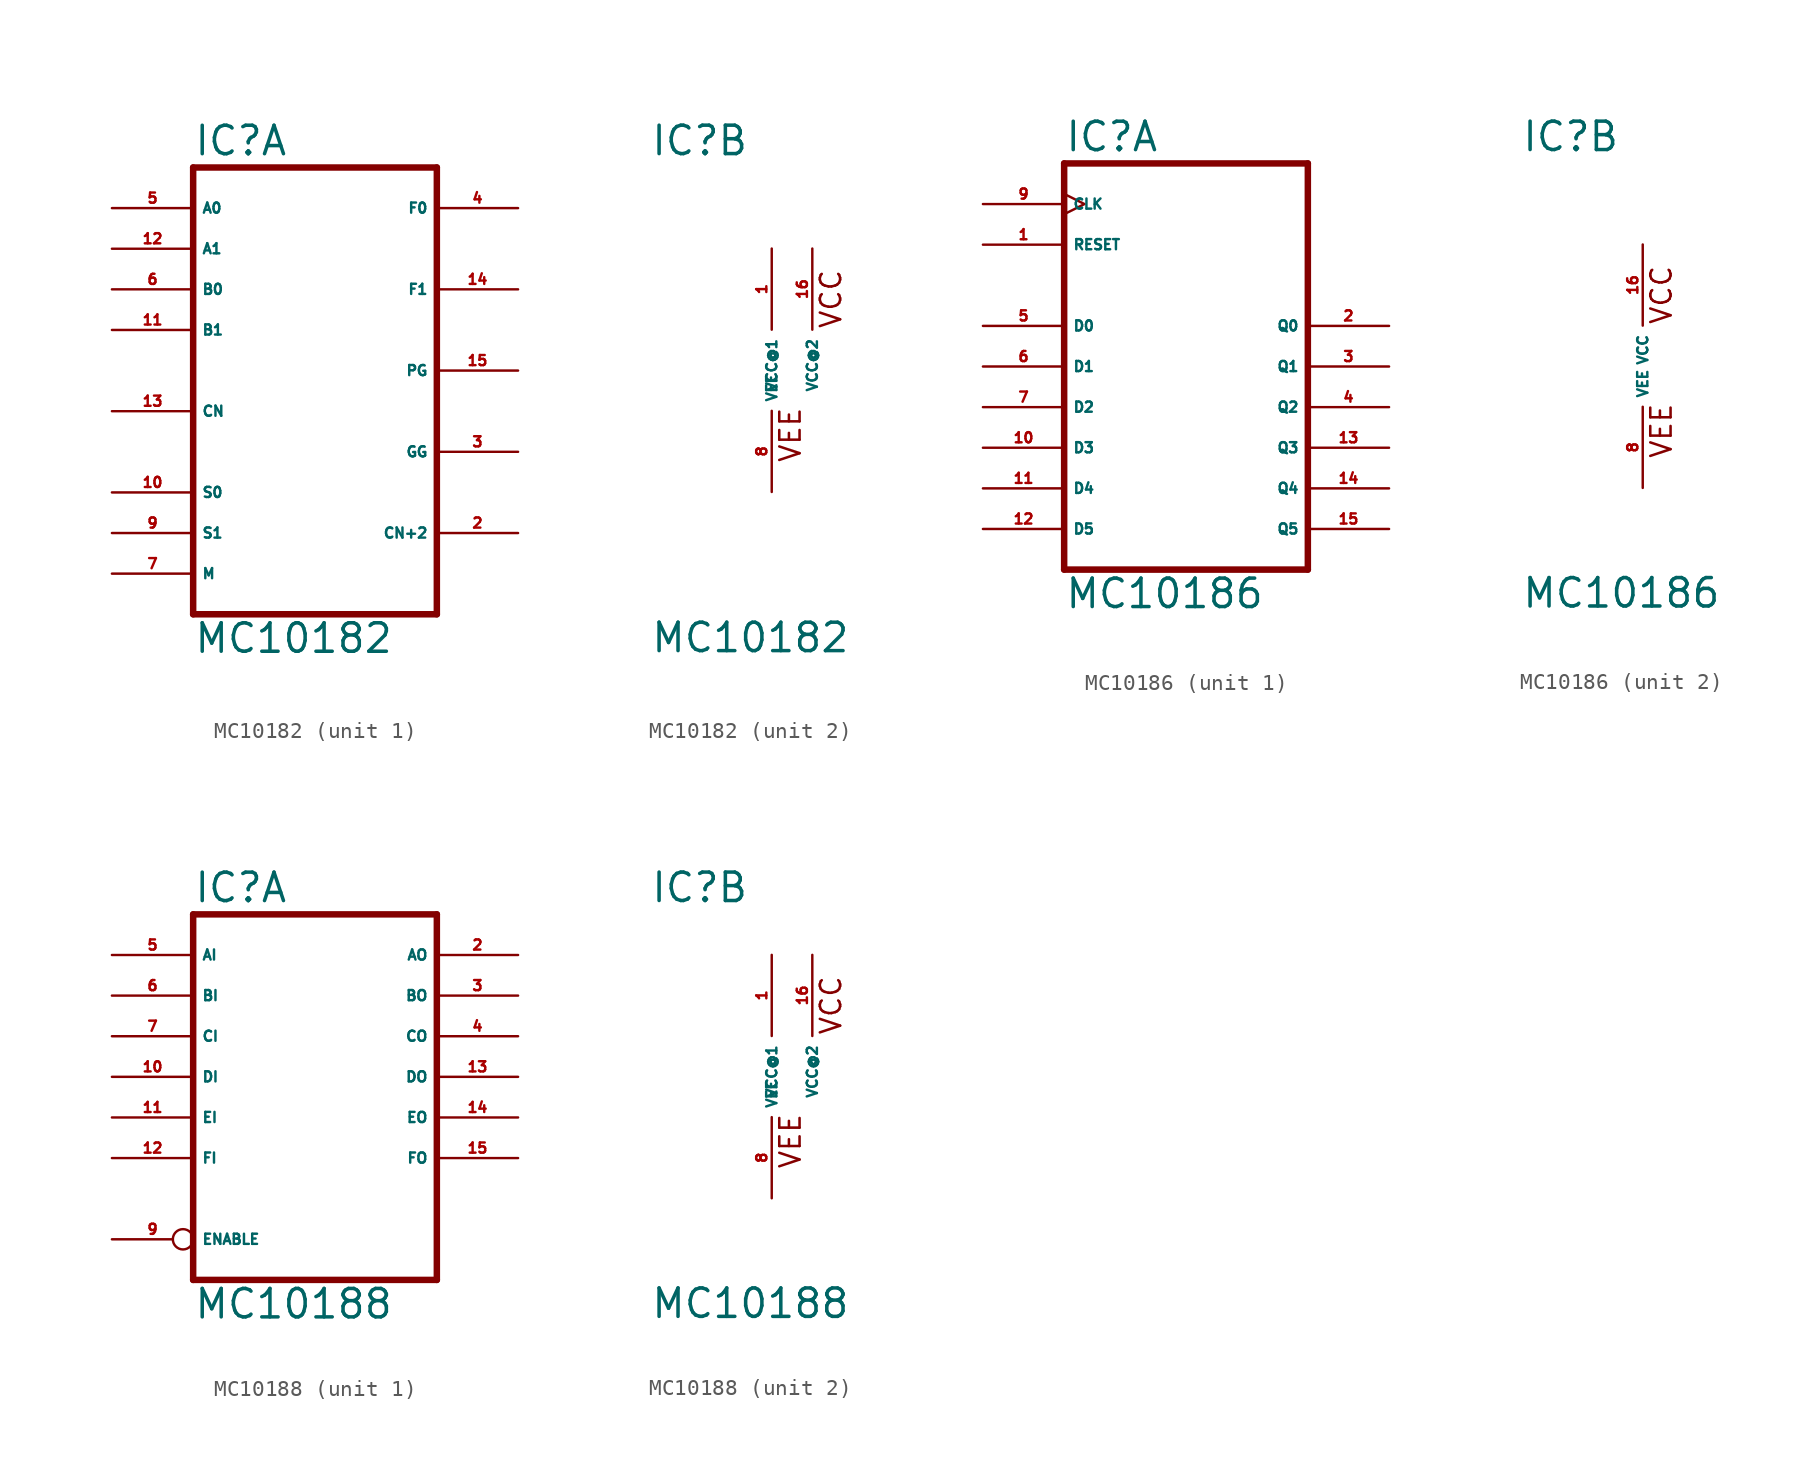
<source format=kicad_sym>
(kicad_symbol_lib
  (version 20220914)
  (generator Eagle2Kicad)
  (symbol "MC10182"
    (property "Reference" "IC"
      (at -7.62 13.335 0)
      (effects (font (size 1.778 1.778) (thickness 0.22)) (justify left bottom)))
    (property "Value" "MC10182"
      (at -7.62 -17.78 0)
      (effects (font (size 1.778 1.778) (thickness 0.22)) (justify left bottom)))
    (symbol "MC10182_1_0"
      (polyline (pts (xy -7.62 -15.24) (xy 7.62 -15.24)) (stroke (width 0.406) (type default)) (fill (type none)))
      (polyline (pts (xy 7.62 -15.24) (xy 7.62 12.7)) (stroke (width 0.406) (type default)) (fill (type none)))
      (polyline (pts (xy 7.62 12.7) (xy -7.62 12.7)) (stroke (width 0.406) (type default)) (fill (type none)))
      (polyline (pts (xy -7.62 12.7) (xy -7.62 -15.24)) (stroke (width 0.406) (type default)) (fill (type none)))
      (pin output line (at 12.7 -10.16 180) (length 5.08) (name "CN+2" (effects (font (size 0.635 0.635) (thickness 0.08)) (justify left bottom))) (number "2" (effects (font (size 0.635 0.635) (thickness 0.08)) (justify left bottom))))
      (pin output line (at 12.7 -5.08 180) (length 5.08) (name "GG" (effects (font (size 0.635 0.635) (thickness 0.08)) (justify left bottom))) (number "3" (effects (font (size 0.635 0.635) (thickness 0.08)) (justify left bottom))))
      (pin output line (at 12.7 10.16 180) (length 5.08) (name "F0" (effects (font (size 0.635 0.635) (thickness 0.08)) (justify left bottom))) (number "4" (effects (font (size 0.635 0.635) (thickness 0.08)) (justify left bottom))))
      (pin input line (at -12.7 10.16 0) (length 5.08) (name "A0" (effects (font (size 0.635 0.635) (thickness 0.08)) (justify left bottom))) (number "5" (effects (font (size 0.635 0.635) (thickness 0.08)) (justify left bottom))))
      (pin input line (at -12.7 5.08 0) (length 5.08) (name "B0" (effects (font (size 0.635 0.635) (thickness 0.08)) (justify left bottom))) (number "6" (effects (font (size 0.635 0.635) (thickness 0.08)) (justify left bottom))))
      (pin input line (at -12.7 -12.7 0) (length 5.08) (name "M" (effects (font (size 0.635 0.635) (thickness 0.08)) (justify left bottom))) (number "7" (effects (font (size 0.635 0.635) (thickness 0.08)) (justify left bottom))))
      (pin input line (at -12.7 -10.16 0) (length 5.08) (name "S1" (effects (font (size 0.635 0.635) (thickness 0.08)) (justify left bottom))) (number "9" (effects (font (size 0.635 0.635) (thickness 0.08)) (justify left bottom))))
      (pin input line (at -12.7 -7.62 0) (length 5.08) (name "S0" (effects (font (size 0.635 0.635) (thickness 0.08)) (justify left bottom))) (number "10" (effects (font (size 0.635 0.635) (thickness 0.08)) (justify left bottom))))
      (pin input line (at -12.7 2.54 0) (length 5.08) (name "B1" (effects (font (size 0.635 0.635) (thickness 0.08)) (justify left bottom))) (number "11" (effects (font (size 0.635 0.635) (thickness 0.08)) (justify left bottom))))
      (pin input line (at -12.7 7.62 0) (length 5.08) (name "A1" (effects (font (size 0.635 0.635) (thickness 0.08)) (justify left bottom))) (number "12" (effects (font (size 0.635 0.635) (thickness 0.08)) (justify left bottom))))
      (pin input line (at -12.7 -2.54 0) (length 5.08) (name "CN" (effects (font (size 0.635 0.635) (thickness 0.08)) (justify left bottom))) (number "13" (effects (font (size 0.635 0.635) (thickness 0.08)) (justify left bottom))))
      (pin output line (at 12.7 5.08 180) (length 5.08) (name "F1" (effects (font (size 0.635 0.635) (thickness 0.08)) (justify left bottom))) (number "14" (effects (font (size 0.635 0.635) (thickness 0.08)) (justify left bottom))))
      (pin output line (at 12.7 0 180) (length 5.08) (name "PG" (effects (font (size 0.635 0.635) (thickness 0.08)) (justify left bottom))) (number "15" (effects (font (size 0.635 0.635) (thickness 0.08)) (justify left bottom)))))
    (symbol "MC10182_2_0"
      (text "VCC" (at 4.445 2.54 900) (effects (font (size 1.27 1.27) (thickness 0.16)) (justify left bottom)))
      (text "VEE" (at 1.905 -5.842 900) (effects (font (size 1.27 1.27) (thickness 0.16)) (justify left bottom)))
      (pin unspecified line (at 0 -7.62 90) (length 5.08) (name "VEE" (effects (font (size 0.635 0.635) (thickness 0.08)) (justify left bottom))) (number "8" (effects (font (size 0.635 0.635) (thickness 0.08)) (justify left bottom))))
      (pin unspecified line (at 0 7.62 270) (length 5.08) (name "VCC@1" (effects (font (size 0.635 0.635) (thickness 0.08)) (justify left bottom))) (number "1" (effects (font (size 0.635 0.635) (thickness 0.08)) (justify left bottom))))
      (pin unspecified line (at 2.54 7.62 270) (length 5.08) (name "VCC@2" (effects (font (size 0.635 0.635) (thickness 0.08)) (justify left bottom))) (number "16" (effects (font (size 0.635 0.635) (thickness 0.08)) (justify left bottom))))))
  (symbol "MC10186"
    (property "Reference" "IC"
      (at -7.62 13.335 0)
      (effects (font (size 1.778 1.778) (thickness 0.22)) (justify left bottom)))
    (property "Value" "MC10186"
      (at -7.62 -15.24 0)
      (effects (font (size 1.778 1.778) (thickness 0.22)) (justify left bottom)))
    (symbol "MC10186_1_0"
      (polyline (pts (xy -7.62 -12.7) (xy 7.62 -12.7)) (stroke (width 0.406) (type default)) (fill (type none)))
      (polyline (pts (xy 7.62 -12.7) (xy 7.62 12.7)) (stroke (width 0.406) (type default)) (fill (type none)))
      (polyline (pts (xy 7.62 12.7) (xy -7.62 12.7)) (stroke (width 0.406) (type default)) (fill (type none)))
      (polyline (pts (xy -7.62 12.7) (xy -7.62 -12.7)) (stroke (width 0.406) (type default)) (fill (type none)))
      (pin input line (at -12.7 7.62 0) (length 5.08) (name "RESET" (effects (font (size 0.635 0.635) (thickness 0.08)) (justify left bottom))) (number "1" (effects (font (size 0.635 0.635) (thickness 0.08)) (justify left bottom))))
      (pin output line (at 12.7 2.54 180) (length 5.08) (name "Q0" (effects (font (size 0.635 0.635) (thickness 0.08)) (justify left bottom))) (number "2" (effects (font (size 0.635 0.635) (thickness 0.08)) (justify left bottom))))
      (pin output line (at 12.7 0 180) (length 5.08) (name "Q1" (effects (font (size 0.635 0.635) (thickness 0.08)) (justify left bottom))) (number "3" (effects (font (size 0.635 0.635) (thickness 0.08)) (justify left bottom))))
      (pin output line (at 12.7 -2.54 180) (length 5.08) (name "Q2" (effects (font (size 0.635 0.635) (thickness 0.08)) (justify left bottom))) (number "4" (effects (font (size 0.635 0.635) (thickness 0.08)) (justify left bottom))))
      (pin input line (at -12.7 2.54 0) (length 5.08) (name "D0" (effects (font (size 0.635 0.635) (thickness 0.08)) (justify left bottom))) (number "5" (effects (font (size 0.635 0.635) (thickness 0.08)) (justify left bottom))))
      (pin input line (at -12.7 0 0) (length 5.08) (name "D1" (effects (font (size 0.635 0.635) (thickness 0.08)) (justify left bottom))) (number "6" (effects (font (size 0.635 0.635) (thickness 0.08)) (justify left bottom))))
      (pin input line (at -12.7 -2.54 0) (length 5.08) (name "D2" (effects (font (size 0.635 0.635) (thickness 0.08)) (justify left bottom))) (number "7" (effects (font (size 0.635 0.635) (thickness 0.08)) (justify left bottom))))
      (pin input clock (at -12.7 10.16 0) (length 5.08) (name "CLK" (effects (font (size 0.635 0.635) (thickness 0.08)) (justify left bottom))) (number "9" (effects (font (size 0.635 0.635) (thickness 0.08)) (justify left bottom))))
      (pin input line (at -12.7 -5.08 0) (length 5.08) (name "D3" (effects (font (size 0.635 0.635) (thickness 0.08)) (justify left bottom))) (number "10" (effects (font (size 0.635 0.635) (thickness 0.08)) (justify left bottom))))
      (pin input line (at -12.7 -7.62 0) (length 5.08) (name "D4" (effects (font (size 0.635 0.635) (thickness 0.08)) (justify left bottom))) (number "11" (effects (font (size 0.635 0.635) (thickness 0.08)) (justify left bottom))))
      (pin input line (at -12.7 -10.16 0) (length 5.08) (name "D5" (effects (font (size 0.635 0.635) (thickness 0.08)) (justify left bottom))) (number "12" (effects (font (size 0.635 0.635) (thickness 0.08)) (justify left bottom))))
      (pin output line (at 12.7 -5.08 180) (length 5.08) (name "Q3" (effects (font (size 0.635 0.635) (thickness 0.08)) (justify left bottom))) (number "13" (effects (font (size 0.635 0.635) (thickness 0.08)) (justify left bottom))))
      (pin output line (at 12.7 -7.62 180) (length 5.08) (name "Q4" (effects (font (size 0.635 0.635) (thickness 0.08)) (justify left bottom))) (number "14" (effects (font (size 0.635 0.635) (thickness 0.08)) (justify left bottom))))
      (pin output line (at 12.7 -10.16 180) (length 5.08) (name "Q5" (effects (font (size 0.635 0.635) (thickness 0.08)) (justify left bottom))) (number "15" (effects (font (size 0.635 0.635) (thickness 0.08)) (justify left bottom)))))
    (symbol "MC10186_2_0"
      (text "VCC" (at 1.905 2.54 900) (effects (font (size 1.27 1.27) (thickness 0.16)) (justify left bottom)))
      (text "VEE" (at 1.905 -5.842 900) (effects (font (size 1.27 1.27) (thickness 0.16)) (justify left bottom)))
      (pin unspecified line (at 0 -7.62 90) (length 5.08) (name "VEE" (effects (font (size 0.635 0.635) (thickness 0.08)) (justify left bottom))) (number "8" (effects (font (size 0.635 0.635) (thickness 0.08)) (justify left bottom))))
      (pin unspecified line (at 0 7.62 270) (length 5.08) (name "VCC" (effects (font (size 0.635 0.635) (thickness 0.08)) (justify left bottom))) (number "16" (effects (font (size 0.635 0.635) (thickness 0.08)) (justify left bottom))))))
  (symbol "MC10188"
    (property "Reference" "IC"
      (at -7.62 10.795 0)
      (effects (font (size 1.778 1.778) (thickness 0.22)) (justify left bottom)))
    (property "Value" "MC10188"
      (at -7.62 -15.24 0)
      (effects (font (size 1.778 1.778) (thickness 0.22)) (justify left bottom)))
    (symbol "MC10188_1_0"
      (polyline (pts (xy -7.62 -12.7) (xy 7.62 -12.7)) (stroke (width 0.406) (type default)) (fill (type none)))
      (polyline (pts (xy 7.62 -12.7) (xy 7.62 10.16)) (stroke (width 0.406) (type default)) (fill (type none)))
      (polyline (pts (xy 7.62 10.16) (xy -7.62 10.16)) (stroke (width 0.406) (type default)) (fill (type none)))
      (polyline (pts (xy -7.62 10.16) (xy -7.62 -12.7)) (stroke (width 0.406) (type default)) (fill (type none)))
      (pin output line (at 12.7 7.62 180) (length 5.08) (name "AO" (effects (font (size 0.635 0.635) (thickness 0.08)) (justify left bottom))) (number "2" (effects (font (size 0.635 0.635) (thickness 0.08)) (justify left bottom))))
      (pin output line (at 12.7 5.08 180) (length 5.08) (name "BO" (effects (font (size 0.635 0.635) (thickness 0.08)) (justify left bottom))) (number "3" (effects (font (size 0.635 0.635) (thickness 0.08)) (justify left bottom))))
      (pin output line (at 12.7 2.54 180) (length 5.08) (name "CO" (effects (font (size 0.635 0.635) (thickness 0.08)) (justify left bottom))) (number "4" (effects (font (size 0.635 0.635) (thickness 0.08)) (justify left bottom))))
      (pin input line (at -12.7 7.62 0) (length 5.08) (name "AI" (effects (font (size 0.635 0.635) (thickness 0.08)) (justify left bottom))) (number "5" (effects (font (size 0.635 0.635) (thickness 0.08)) (justify left bottom))))
      (pin input line (at -12.7 5.08 0) (length 5.08) (name "BI" (effects (font (size 0.635 0.635) (thickness 0.08)) (justify left bottom))) (number "6" (effects (font (size 0.635 0.635) (thickness 0.08)) (justify left bottom))))
      (pin input line (at -12.7 2.54 0) (length 5.08) (name "CI" (effects (font (size 0.635 0.635) (thickness 0.08)) (justify left bottom))) (number "7" (effects (font (size 0.635 0.635) (thickness 0.08)) (justify left bottom))))
      (pin input inverted (at -12.7 -10.16 0) (length 5.08) (name "ENABLE" (effects (font (size 0.635 0.635) (thickness 0.08)) (justify left bottom))) (number "9" (effects (font (size 0.635 0.635) (thickness 0.08)) (justify left bottom))))
      (pin input line (at -12.7 0 0) (length 5.08) (name "DI" (effects (font (size 0.635 0.635) (thickness 0.08)) (justify left bottom))) (number "10" (effects (font (size 0.635 0.635) (thickness 0.08)) (justify left bottom))))
      (pin input line (at -12.7 -2.54 0) (length 5.08) (name "EI" (effects (font (size 0.635 0.635) (thickness 0.08)) (justify left bottom))) (number "11" (effects (font (size 0.635 0.635) (thickness 0.08)) (justify left bottom))))
      (pin input line (at -12.7 -5.08 0) (length 5.08) (name "FI" (effects (font (size 0.635 0.635) (thickness 0.08)) (justify left bottom))) (number "12" (effects (font (size 0.635 0.635) (thickness 0.08)) (justify left bottom))))
      (pin output line (at 12.7 0 180) (length 5.08) (name "DO" (effects (font (size 0.635 0.635) (thickness 0.08)) (justify left bottom))) (number "13" (effects (font (size 0.635 0.635) (thickness 0.08)) (justify left bottom))))
      (pin output line (at 12.7 -2.54 180) (length 5.08) (name "EO" (effects (font (size 0.635 0.635) (thickness 0.08)) (justify left bottom))) (number "14" (effects (font (size 0.635 0.635) (thickness 0.08)) (justify left bottom))))
      (pin output line (at 12.7 -5.08 180) (length 5.08) (name "FO" (effects (font (size 0.635 0.635) (thickness 0.08)) (justify left bottom))) (number "15" (effects (font (size 0.635 0.635) (thickness 0.08)) (justify left bottom)))))
    (symbol "MC10188_2_0"
      (text "VCC" (at 4.445 2.54 900) (effects (font (size 1.27 1.27) (thickness 0.16)) (justify left bottom)))
      (text "VEE" (at 1.905 -5.842 900) (effects (font (size 1.27 1.27) (thickness 0.16)) (justify left bottom)))
      (pin unspecified line (at 0 -7.62 90) (length 5.08) (name "VEE" (effects (font (size 0.635 0.635) (thickness 0.08)) (justify left bottom))) (number "8" (effects (font (size 0.635 0.635) (thickness 0.08)) (justify left bottom))))
      (pin unspecified line (at 0 7.62 270) (length 5.08) (name "VCC@1" (effects (font (size 0.635 0.635) (thickness 0.08)) (justify left bottom))) (number "1" (effects (font (size 0.635 0.635) (thickness 0.08)) (justify left bottom))))
      (pin unspecified line (at 2.54 7.62 270) (length 5.08) (name "VCC@2" (effects (font (size 0.635 0.635) (thickness 0.08)) (justify left bottom))) (number "16" (effects (font (size 0.635 0.635) (thickness 0.08)) (justify left bottom)))))))
</source>
